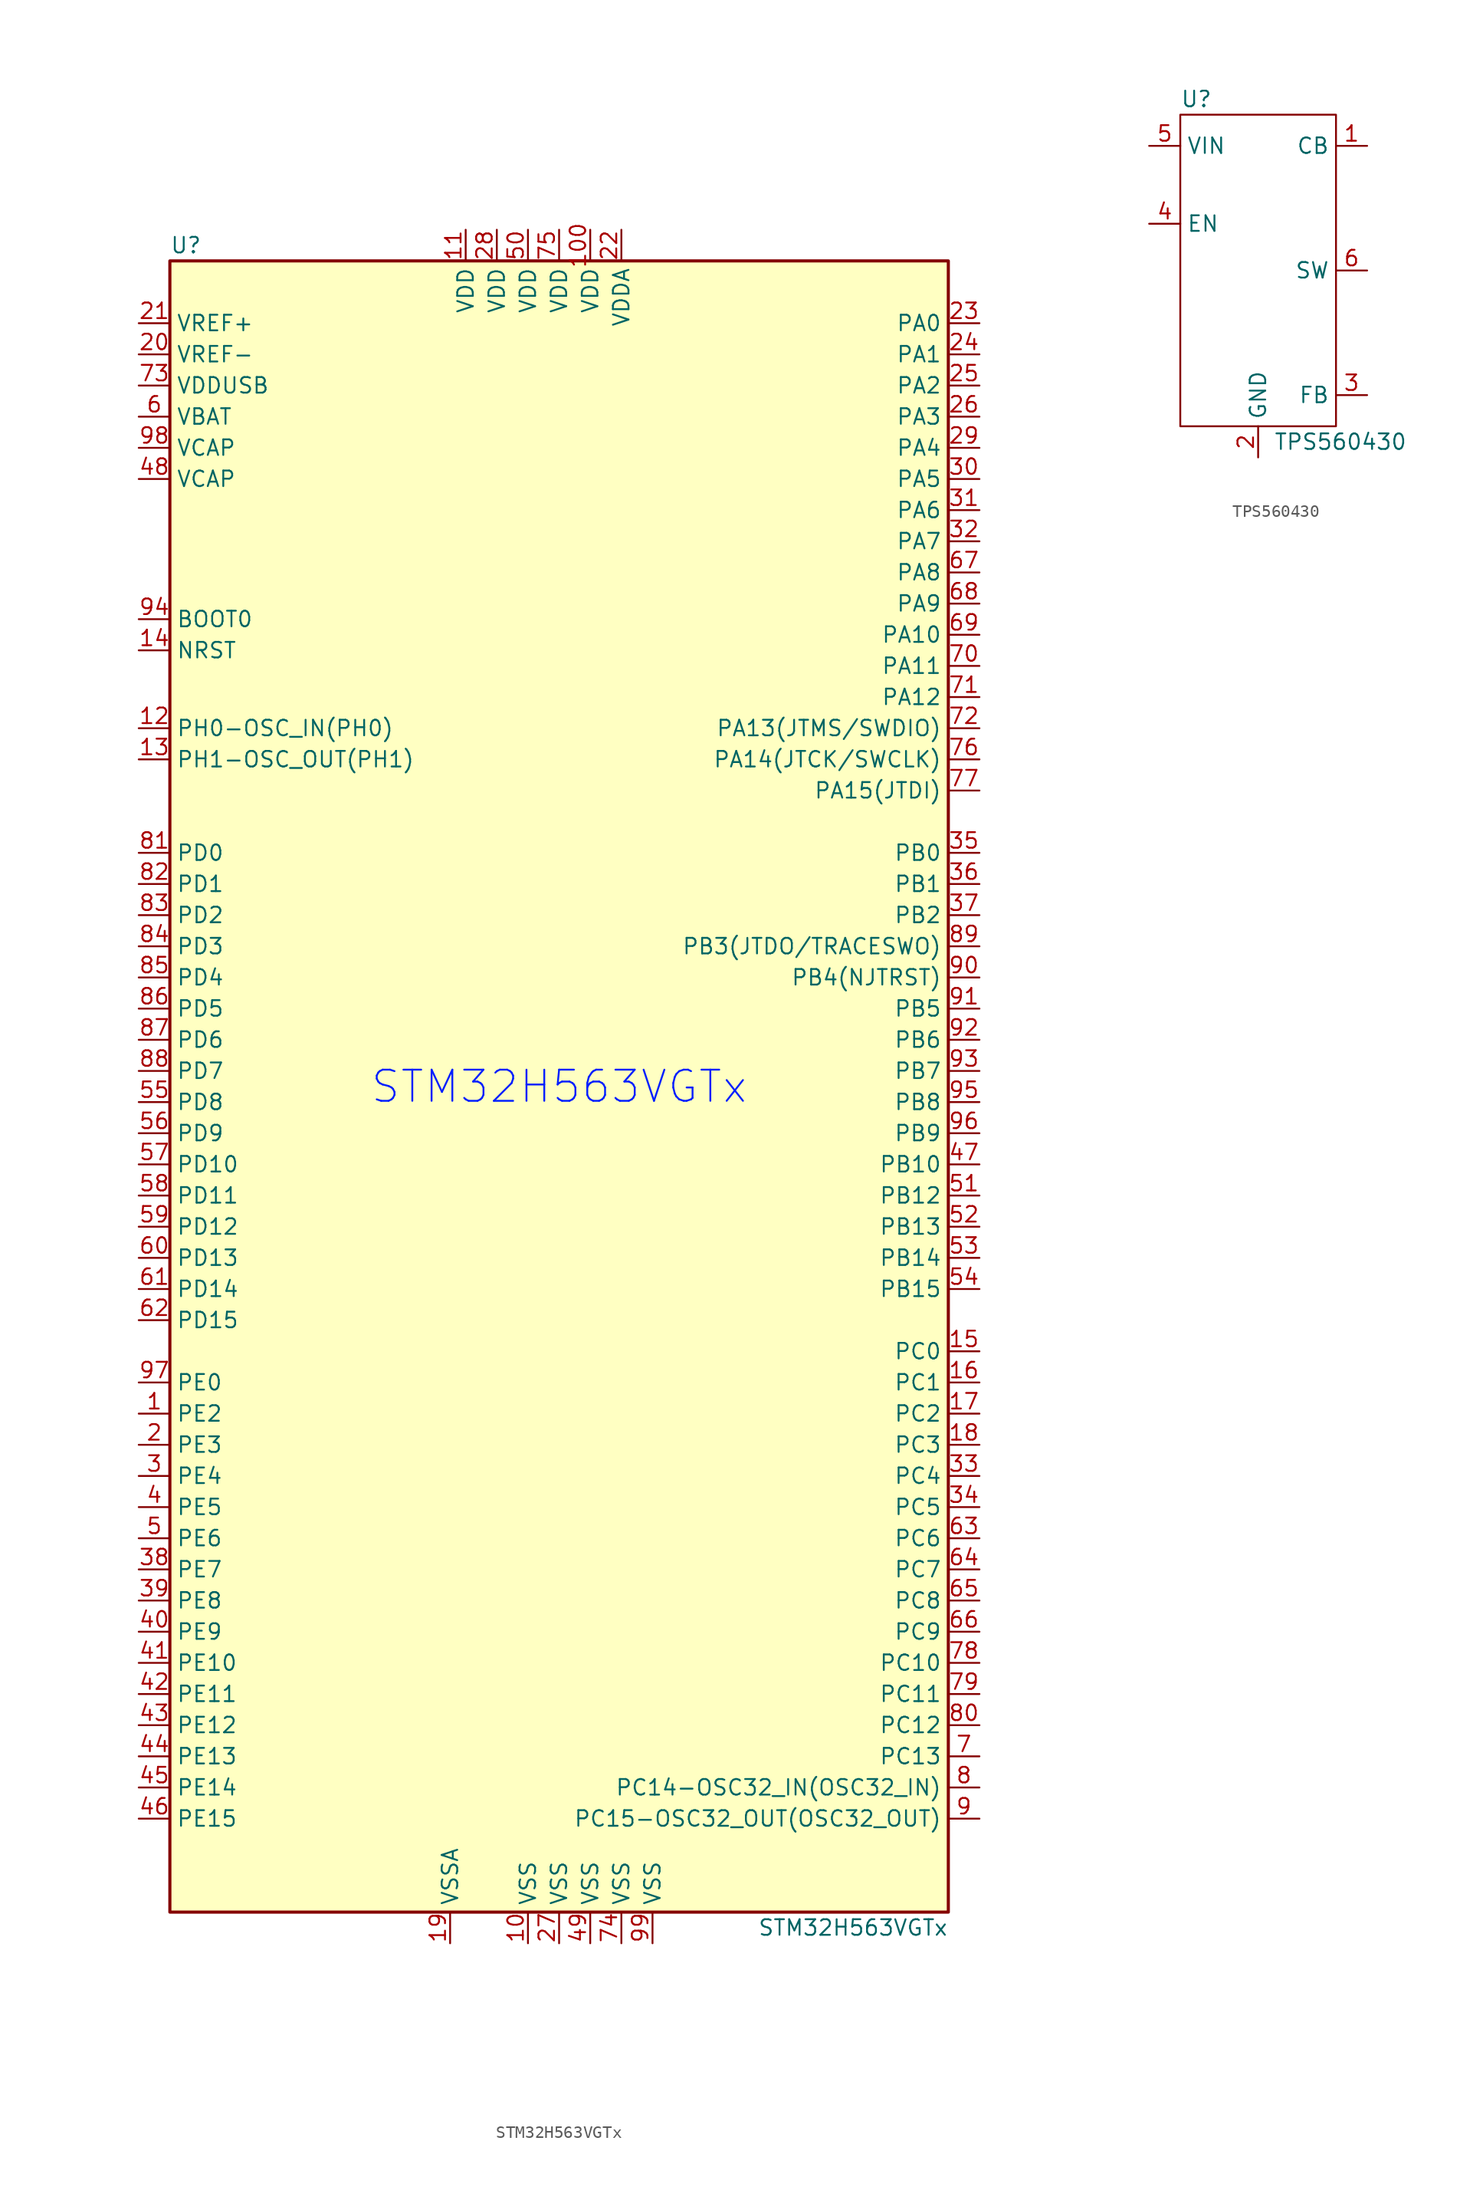
<source format=kicad_sym>
(kicad_symbol_lib
  (version 20220914)
  (generator kicad_symbol_editor)
  (symbol "STM32H563VGTx"
    (property "Reference" "U"
      (at -31.75 68.58 0)
      (effects (font (size 1.27 1.27)) (justify left)))
    (property "Value" "STM32H563VGTx"
      (at 31.75 -68.58 0)
      (effects (font (size 1.27 1.27)) (justify right)))
    (symbol "STM32H563VGTx_0_1"
      (rectangle (start -31.75 67.31) (end 31.75 -67.31) (stroke (width 0.254) (type default)) (fill (type background)))
      (text "STM32H563VGTx" (at 0 0 0) (effects (font (size 2.54 2.54) (color 0 30 255 1)))))
    (symbol "STM32H563VGTx_1_1"
      (pin bidirectional line (at -34.29 -26.67 0) (length 2.54) (name "PE2" (effects (font (size 1.27 1.27)))) (number "1" (effects (font (size 1.27 1.27)))))
      (pin power_in line (at -2.54 -69.85 90) (length 2.54) (name "VSS" (effects (font (size 1.27 1.27)))) (number "10" (effects (font (size 1.27 1.27)))))
      (pin power_in line (at 2.54 69.85 270) (length 2.54) (name "VDD" (effects (font (size 1.27 1.27)))) (number "100" (effects (font (size 1.27 1.27)))))
      (pin power_in line (at -7.62 69.85 270) (length 2.54) (name "VDD" (effects (font (size 1.27 1.27)))) (number "11" (effects (font (size 1.27 1.27)))))
      (pin bidirectional line (at -34.29 29.21 0) (length 2.54) (name "PH0-OSC_IN(PH0)" (effects (font (size 1.27 1.27)))) (number "12" (effects (font (size 1.27 1.27)))))
      (pin bidirectional line (at -34.29 26.67 0) (length 2.54) (name "PH1-OSC_OUT(PH1)" (effects (font (size 1.27 1.27)))) (number "13" (effects (font (size 1.27 1.27)))))
      (pin input line (at -34.29 35.56 0) (length 2.54) (name "NRST" (effects (font (size 1.27 1.27)))) (number "14" (effects (font (size 1.27 1.27)))))
      (pin bidirectional line (at 34.29 -21.59 180) (length 2.54) (name "PC0" (effects (font (size 1.27 1.27)))) (number "15" (effects (font (size 1.27 1.27)))))
      (pin bidirectional line (at 34.29 -24.13 180) (length 2.54) (name "PC1" (effects (font (size 1.27 1.27)))) (number "16" (effects (font (size 1.27 1.27)))))
      (pin bidirectional line (at 34.29 -26.67 180) (length 2.54) (name "PC2" (effects (font (size 1.27 1.27)))) (number "17" (effects (font (size 1.27 1.27)))))
      (pin bidirectional line (at 34.29 -29.21 180) (length 2.54) (name "PC3" (effects (font (size 1.27 1.27)))) (number "18" (effects (font (size 1.27 1.27)))))
      (pin power_in line (at -8.89 -69.85 90) (length 2.54) (name "VSSA" (effects (font (size 1.27 1.27)))) (number "19" (effects (font (size 1.27 1.27)))))
      (pin bidirectional line (at -34.29 -29.21 0) (length 2.54) (name "PE3" (effects (font (size 1.27 1.27)))) (number "2" (effects (font (size 1.27 1.27)))))
      (pin power_in line (at -34.29 59.69 0) (length 2.54) (name "VREF-" (effects (font (size 1.27 1.27)))) (number "20" (effects (font (size 1.27 1.27)))))
      (pin power_in line (at -34.29 62.23 0) (length 2.54) (name "VREF+" (effects (font (size 1.27 1.27)))) (number "21" (effects (font (size 1.27 1.27)))))
      (pin power_in line (at 5.08 69.85 270) (length 2.54) (name "VDDA" (effects (font (size 1.27 1.27)))) (number "22" (effects (font (size 1.27 1.27)))))
      (pin bidirectional line (at 34.29 62.23 180) (length 2.54) (name "PA0" (effects (font (size 1.27 1.27)))) (number "23" (effects (font (size 1.27 1.27)))))
      (pin bidirectional line (at 34.29 59.69 180) (length 2.54) (name "PA1" (effects (font (size 1.27 1.27)))) (number "24" (effects (font (size 1.27 1.27)))))
      (pin bidirectional line (at 34.29 57.15 180) (length 2.54) (name "PA2" (effects (font (size 1.27 1.27)))) (number "25" (effects (font (size 1.27 1.27)))))
      (pin bidirectional line (at 34.29 54.61 180) (length 2.54) (name "PA3" (effects (font (size 1.27 1.27)))) (number "26" (effects (font (size 1.27 1.27)))))
      (pin power_in line (at 0 -69.85 90) (length 2.54) (name "VSS" (effects (font (size 1.27 1.27)))) (number "27" (effects (font (size 1.27 1.27)))))
      (pin power_in line (at -5.08 69.85 270) (length 2.54) (name "VDD" (effects (font (size 1.27 1.27)))) (number "28" (effects (font (size 1.27 1.27)))))
      (pin bidirectional line (at 34.29 52.07 180) (length 2.54) (name "PA4" (effects (font (size 1.27 1.27)))) (number "29" (effects (font (size 1.27 1.27)))))
      (pin bidirectional line (at -34.29 -31.75 0) (length 2.54) (name "PE4" (effects (font (size 1.27 1.27)))) (number "3" (effects (font (size 1.27 1.27)))))
      (pin bidirectional line (at 34.29 49.53 180) (length 2.54) (name "PA5" (effects (font (size 1.27 1.27)))) (number "30" (effects (font (size 1.27 1.27)))))
      (pin bidirectional line (at 34.29 46.99 180) (length 2.54) (name "PA6" (effects (font (size 1.27 1.27)))) (number "31" (effects (font (size 1.27 1.27)))))
      (pin bidirectional line (at 34.29 44.45 180) (length 2.54) (name "PA7" (effects (font (size 1.27 1.27)))) (number "32" (effects (font (size 1.27 1.27)))))
      (pin bidirectional line (at 34.29 -31.75 180) (length 2.54) (name "PC4" (effects (font (size 1.27 1.27)))) (number "33" (effects (font (size 1.27 1.27)))))
      (pin bidirectional line (at 34.29 -34.29 180) (length 2.54) (name "PC5" (effects (font (size 1.27 1.27)))) (number "34" (effects (font (size 1.27 1.27)))))
      (pin bidirectional line (at 34.29 19.05 180) (length 2.54) (name "PB0" (effects (font (size 1.27 1.27)))) (number "35" (effects (font (size 1.27 1.27)))))
      (pin bidirectional line (at 34.29 16.51 180) (length 2.54) (name "PB1" (effects (font (size 1.27 1.27)))) (number "36" (effects (font (size 1.27 1.27)))))
      (pin bidirectional line (at 34.29 13.97 180) (length 2.54) (name "PB2" (effects (font (size 1.27 1.27)))) (number "37" (effects (font (size 1.27 1.27)))))
      (pin bidirectional line (at -34.29 -39.37 0) (length 2.54) (name "PE7" (effects (font (size 1.27 1.27)))) (number "38" (effects (font (size 1.27 1.27)))))
      (pin bidirectional line (at -34.29 -41.91 0) (length 2.54) (name "PE8" (effects (font (size 1.27 1.27)))) (number "39" (effects (font (size 1.27 1.27)))))
      (pin bidirectional line (at -34.29 -34.29 0) (length 2.54) (name "PE5" (effects (font (size 1.27 1.27)))) (number "4" (effects (font (size 1.27 1.27)))))
      (pin bidirectional line (at -34.29 -44.45 0) (length 2.54) (name "PE9" (effects (font (size 1.27 1.27)))) (number "40" (effects (font (size 1.27 1.27)))))
      (pin bidirectional line (at -34.29 -46.99 0) (length 2.54) (name "PE10" (effects (font (size 1.27 1.27)))) (number "41" (effects (font (size 1.27 1.27)))))
      (pin bidirectional line (at -34.29 -49.53 0) (length 2.54) (name "PE11" (effects (font (size 1.27 1.27)))) (number "42" (effects (font (size 1.27 1.27)))))
      (pin bidirectional line (at -34.29 -52.07 0) (length 2.54) (name "PE12" (effects (font (size 1.27 1.27)))) (number "43" (effects (font (size 1.27 1.27)))))
      (pin bidirectional line (at -34.29 -54.61 0) (length 2.54) (name "PE13" (effects (font (size 1.27 1.27)))) (number "44" (effects (font (size 1.27 1.27)))))
      (pin bidirectional line (at -34.29 -57.15 0) (length 2.54) (name "PE14" (effects (font (size 1.27 1.27)))) (number "45" (effects (font (size 1.27 1.27)))))
      (pin bidirectional line (at -34.29 -59.69 0) (length 2.54) (name "PE15" (effects (font (size 1.27 1.27)))) (number "46" (effects (font (size 1.27 1.27)))))
      (pin bidirectional line (at 34.29 -6.35 180) (length 2.54) (name "PB10" (effects (font (size 1.27 1.27)))) (number "47" (effects (font (size 1.27 1.27)))))
      (pin power_in line (at -34.29 49.53 0) (length 2.54) (name "VCAP" (effects (font (size 1.27 1.27)))) (number "48" (effects (font (size 1.27 1.27)))))
      (pin power_in line (at 2.54 -69.85 90) (length 2.54) (name "VSS" (effects (font (size 1.27 1.27)))) (number "49" (effects (font (size 1.27 1.27)))))
      (pin bidirectional line (at -34.29 -36.83 0) (length 2.54) (name "PE6" (effects (font (size 1.27 1.27)))) (number "5" (effects (font (size 1.27 1.27)))))
      (pin power_in line (at -2.54 69.85 270) (length 2.54) (name "VDD" (effects (font (size 1.27 1.27)))) (number "50" (effects (font (size 1.27 1.27)))))
      (pin bidirectional line (at 34.29 -8.89 180) (length 2.54) (name "PB12" (effects (font (size 1.27 1.27)))) (number "51" (effects (font (size 1.27 1.27)))))
      (pin bidirectional line (at 34.29 -11.43 180) (length 2.54) (name "PB13" (effects (font (size 1.27 1.27)))) (number "52" (effects (font (size 1.27 1.27)))))
      (pin bidirectional line (at 34.29 -13.97 180) (length 2.54) (name "PB14" (effects (font (size 1.27 1.27)))) (number "53" (effects (font (size 1.27 1.27)))))
      (pin bidirectional line (at 34.29 -16.51 180) (length 2.54) (name "PB15" (effects (font (size 1.27 1.27)))) (number "54" (effects (font (size 1.27 1.27)))))
      (pin bidirectional line (at -34.29 -1.27 0) (length 2.54) (name "PD8" (effects (font (size 1.27 1.27)))) (number "55" (effects (font (size 1.27 1.27)))))
      (pin bidirectional line (at -34.29 -3.81 0) (length 2.54) (name "PD9" (effects (font (size 1.27 1.27)))) (number "56" (effects (font (size 1.27 1.27)))))
      (pin bidirectional line (at -34.29 -6.35 0) (length 2.54) (name "PD10" (effects (font (size 1.27 1.27)))) (number "57" (effects (font (size 1.27 1.27)))))
      (pin bidirectional line (at -34.29 -8.89 0) (length 2.54) (name "PD11" (effects (font (size 1.27 1.27)))) (number "58" (effects (font (size 1.27 1.27)))))
      (pin bidirectional line (at -34.29 -11.43 0) (length 2.54) (name "PD12" (effects (font (size 1.27 1.27)))) (number "59" (effects (font (size 1.27 1.27)))))
      (pin power_in line (at -34.29 54.61 0) (length 2.54) (name "VBAT" (effects (font (size 1.27 1.27)))) (number "6" (effects (font (size 1.27 1.27)))))
      (pin bidirectional line (at -34.29 -13.97 0) (length 2.54) (name "PD13" (effects (font (size 1.27 1.27)))) (number "60" (effects (font (size 1.27 1.27)))))
      (pin bidirectional line (at -34.29 -16.51 0) (length 2.54) (name "PD14" (effects (font (size 1.27 1.27)))) (number "61" (effects (font (size 1.27 1.27)))))
      (pin bidirectional line (at -34.29 -19.05 0) (length 2.54) (name "PD15" (effects (font (size 1.27 1.27)))) (number "62" (effects (font (size 1.27 1.27)))))
      (pin bidirectional line (at 34.29 -36.83 180) (length 2.54) (name "PC6" (effects (font (size 1.27 1.27)))) (number "63" (effects (font (size 1.27 1.27)))))
      (pin bidirectional line (at 34.29 -39.37 180) (length 2.54) (name "PC7" (effects (font (size 1.27 1.27)))) (number "64" (effects (font (size 1.27 1.27)))))
      (pin bidirectional line (at 34.29 -41.91 180) (length 2.54) (name "PC8" (effects (font (size 1.27 1.27)))) (number "65" (effects (font (size 1.27 1.27)))))
      (pin bidirectional line (at 34.29 -44.45 180) (length 2.54) (name "PC9" (effects (font (size 1.27 1.27)))) (number "66" (effects (font (size 1.27 1.27)))))
      (pin bidirectional line (at 34.29 41.91 180) (length 2.54) (name "PA8" (effects (font (size 1.27 1.27)))) (number "67" (effects (font (size 1.27 1.27)))))
      (pin bidirectional line (at 34.29 39.37 180) (length 2.54) (name "PA9" (effects (font (size 1.27 1.27)))) (number "68" (effects (font (size 1.27 1.27)))))
      (pin bidirectional line (at 34.29 36.83 180) (length 2.54) (name "PA10" (effects (font (size 1.27 1.27)))) (number "69" (effects (font (size 1.27 1.27)))))
      (pin bidirectional line (at 34.29 -54.61 180) (length 2.54) (name "PC13" (effects (font (size 1.27 1.27)))) (number "7" (effects (font (size 1.27 1.27)))))
      (pin bidirectional line (at 34.29 34.29 180) (length 2.54) (name "PA11" (effects (font (size 1.27 1.27)))) (number "70" (effects (font (size 1.27 1.27)))))
      (pin bidirectional line (at 34.29 31.75 180) (length 2.54) (name "PA12" (effects (font (size 1.27 1.27)))) (number "71" (effects (font (size 1.27 1.27)))))
      (pin bidirectional line (at 34.29 29.21 180) (length 2.54) (name "PA13(JTMS/SWDIO)" (effects (font (size 1.27 1.27)))) (number "72" (effects (font (size 1.27 1.27)))))
      (pin power_in line (at -34.29 57.15 0) (length 2.54) (name "VDDUSB" (effects (font (size 1.27 1.27)))) (number "73" (effects (font (size 1.27 1.27)))))
      (pin power_in line (at 5.08 -69.85 90) (length 2.54) (name "VSS" (effects (font (size 1.27 1.27)))) (number "74" (effects (font (size 1.27 1.27)))))
      (pin power_in line (at 0 69.85 270) (length 2.54) (name "VDD" (effects (font (size 1.27 1.27)))) (number "75" (effects (font (size 1.27 1.27)))))
      (pin bidirectional line (at 34.29 26.67 180) (length 2.54) (name "PA14(JTCK/SWCLK)" (effects (font (size 1.27 1.27)))) (number "76" (effects (font (size 1.27 1.27)))))
      (pin bidirectional line (at 34.29 24.13 180) (length 2.54) (name "PA15(JTDI)" (effects (font (size 1.27 1.27)))) (number "77" (effects (font (size 1.27 1.27)))))
      (pin bidirectional line (at 34.29 -46.99 180) (length 2.54) (name "PC10" (effects (font (size 1.27 1.27)))) (number "78" (effects (font (size 1.27 1.27)))))
      (pin bidirectional line (at 34.29 -49.53 180) (length 2.54) (name "PC11" (effects (font (size 1.27 1.27)))) (number "79" (effects (font (size 1.27 1.27)))))
      (pin bidirectional line (at 34.29 -57.15 180) (length 2.54) (name "PC14-OSC32_IN(OSC32_IN)" (effects (font (size 1.27 1.27)))) (number "8" (effects (font (size 1.27 1.27)))))
      (pin bidirectional line (at 34.29 -52.07 180) (length 2.54) (name "PC12" (effects (font (size 1.27 1.27)))) (number "80" (effects (font (size 1.27 1.27)))))
      (pin bidirectional line (at -34.29 19.05 0) (length 2.54) (name "PD0" (effects (font (size 1.27 1.27)))) (number "81" (effects (font (size 1.27 1.27)))))
      (pin bidirectional line (at -34.29 16.51 0) (length 2.54) (name "PD1" (effects (font (size 1.27 1.27)))) (number "82" (effects (font (size 1.27 1.27)))))
      (pin bidirectional line (at -34.29 13.97 0) (length 2.54) (name "PD2" (effects (font (size 1.27 1.27)))) (number "83" (effects (font (size 1.27 1.27)))))
      (pin bidirectional line (at -34.29 11.43 0) (length 2.54) (name "PD3" (effects (font (size 1.27 1.27)))) (number "84" (effects (font (size 1.27 1.27)))))
      (pin bidirectional line (at -34.29 8.89 0) (length 2.54) (name "PD4" (effects (font (size 1.27 1.27)))) (number "85" (effects (font (size 1.27 1.27)))))
      (pin bidirectional line (at -34.29 6.35 0) (length 2.54) (name "PD5" (effects (font (size 1.27 1.27)))) (number "86" (effects (font (size 1.27 1.27)))))
      (pin bidirectional line (at -34.29 3.81 0) (length 2.54) (name "PD6" (effects (font (size 1.27 1.27)))) (number "87" (effects (font (size 1.27 1.27)))))
      (pin bidirectional line (at -34.29 1.27 0) (length 2.54) (name "PD7" (effects (font (size 1.27 1.27)))) (number "88" (effects (font (size 1.27 1.27)))))
      (pin bidirectional line (at 34.29 11.43 180) (length 2.54) (name "PB3(JTDO/TRACESWO)" (effects (font (size 1.27 1.27)))) (number "89" (effects (font (size 1.27 1.27)))))
      (pin bidirectional line (at 34.29 -59.69 180) (length 2.54) (name "PC15-OSC32_OUT(OSC32_OUT)" (effects (font (size 1.27 1.27)))) (number "9" (effects (font (size 1.27 1.27)))))
      (pin bidirectional line (at 34.29 8.89 180) (length 2.54) (name "PB4(NJTRST)" (effects (font (size 1.27 1.27)))) (number "90" (effects (font (size 1.27 1.27)))))
      (pin bidirectional line (at 34.29 6.35 180) (length 2.54) (name "PB5" (effects (font (size 1.27 1.27)))) (number "91" (effects (font (size 1.27 1.27)))))
      (pin bidirectional line (at 34.29 3.81 180) (length 2.54) (name "PB6" (effects (font (size 1.27 1.27)))) (number "92" (effects (font (size 1.27 1.27)))))
      (pin bidirectional line (at 34.29 1.27 180) (length 2.54) (name "PB7" (effects (font (size 1.27 1.27)))) (number "93" (effects (font (size 1.27 1.27)))))
      (pin input line (at -34.29 38.1 0) (length 2.54) (name "BOOT0" (effects (font (size 1.27 1.27)))) (number "94" (effects (font (size 1.27 1.27)))))
      (pin bidirectional line (at 34.29 -1.27 180) (length 2.54) (name "PB8" (effects (font (size 1.27 1.27)))) (number "95" (effects (font (size 1.27 1.27)))))
      (pin bidirectional line (at 34.29 -3.81 180) (length 2.54) (name "PB9" (effects (font (size 1.27 1.27)))) (number "96" (effects (font (size 1.27 1.27)))))
      (pin bidirectional line (at -34.29 -24.13 0) (length 2.54) (name "PE0" (effects (font (size 1.27 1.27)))) (number "97" (effects (font (size 1.27 1.27)))))
      (pin power_in line (at -34.29 52.07 0) (length 2.54) (name "VCAP" (effects (font (size 1.27 1.27)))) (number "98" (effects (font (size 1.27 1.27)))))
      (pin power_in line (at 7.62 -69.85 90) (length 2.54) (name "VSS" (effects (font (size 1.27 1.27)))) (number "99" (effects (font (size 1.27 1.27)))))))
  (symbol "TPS560430"
    (property "Reference" "U"
      (at -6.35 13.97 0)
      (effects (font (size 1.27 1.27)) (justify left)))
    (property "Value" "TPS560430"
      (at 1.27 -13.97 0)
      (effects (font (size 1.27 1.27)) (justify left)))
    (symbol "TPS560430_0_1"
      (rectangle (start -6.35 12.7) (end 6.35 -12.7) (stroke (width 0) (type default)) (fill (type none))))
    (symbol "TPS560430_1_1"
      (pin power_out line (at 8.89 10.16 180) (length 2.54) (name "CB" (effects (font (size 1.27 1.27)))) (number "1" (effects (font (size 1.27 1.27)))))
      (pin power_in line (at 0 -15.24 90) (length 2.54) (name "GND" (effects (font (size 1.27 1.27)))) (number "2" (effects (font (size 1.27 1.27)))))
      (pin input line (at 8.89 -10.16 180) (length 2.54) (name "FB" (effects (font (size 1.27 1.27)))) (number "3" (effects (font (size 1.27 1.27)))))
      (pin input line (at -8.89 3.81 0) (length 2.54) (name "EN" (effects (font (size 1.27 1.27)))) (number "4" (effects (font (size 1.27 1.27)))))
      (pin power_in line (at -8.89 10.16 0) (length 2.54) (name "VIN" (effects (font (size 1.27 1.27)))) (number "5" (effects (font (size 1.27 1.27)))))
      (pin power_out line (at 8.89 0 180) (length 2.54) (name "SW" (effects (font (size 1.27 1.27)))) (number "6" (effects (font (size 1.27 1.27))))))))
</source>
